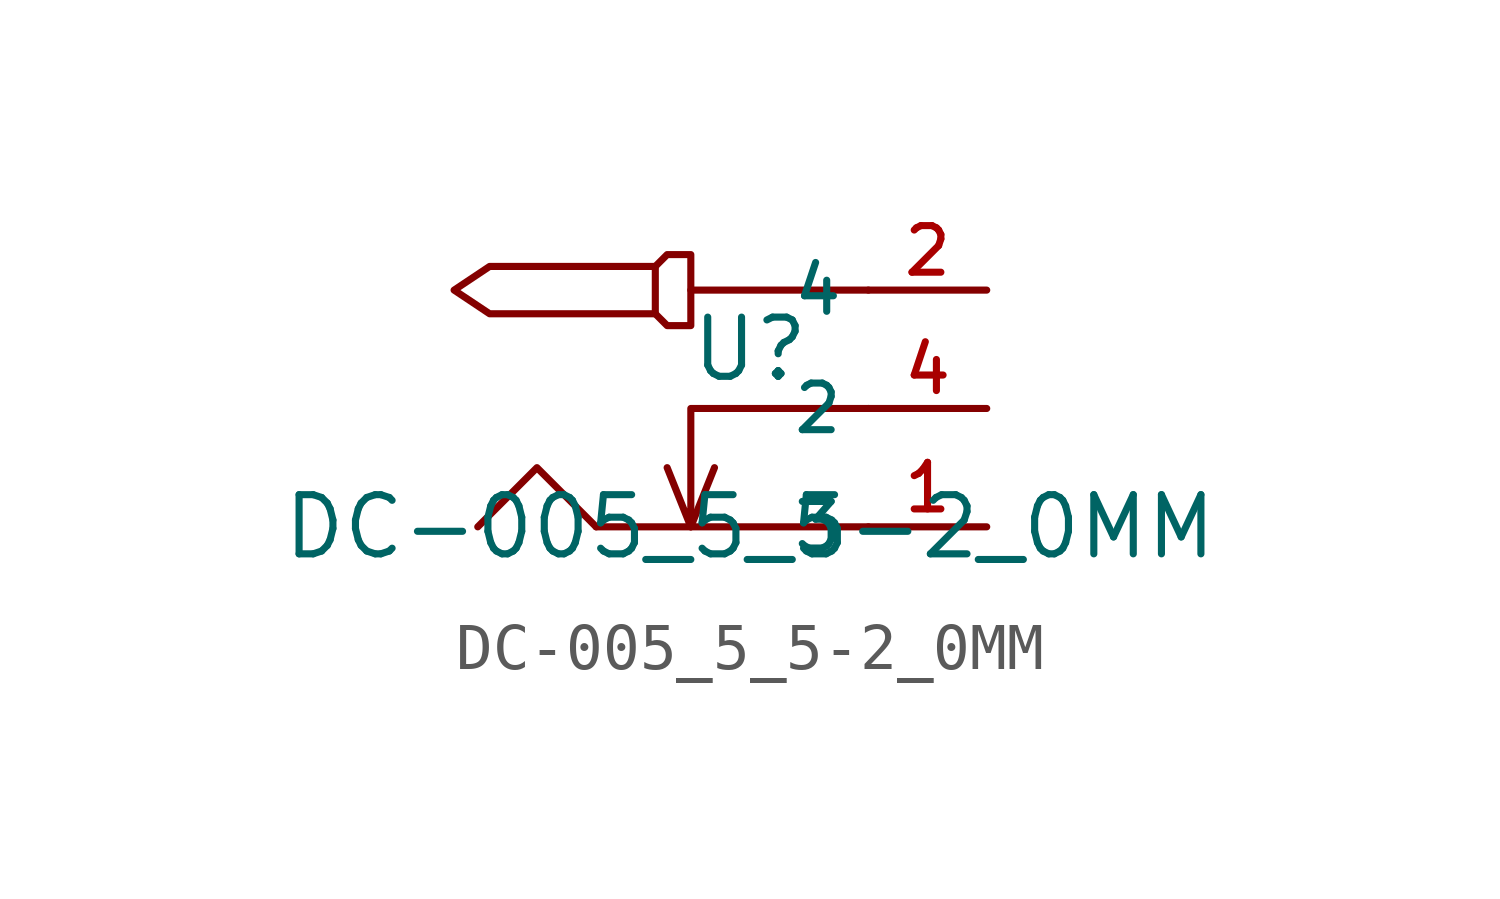
<source format=kicad_sym>
(kicad_symbol_lib
  (version 20210201)
  (generator TousstNicolas/JLC2KiCad_lib)
  (symbol "DC-005_5_5-2_0MM"
    (property "Reference" "U"
      (at 0 1.27 0)
      (effects (font (size 1.27 1.27))))
    (property "Value" "DC-005_5_5-2_0MM"
      (at 0 -2.54 0)
      (effects (font (size 1.27 1.27))))
    (symbol "DC-005_5_5-2_0MM_0_1"
      (polyline (pts (xy -1.27 2.54) (xy 2.54 2.54)) (stroke (width 0) (type default) (color 0 0 0 0)) (fill (type none)))
      (polyline (pts (xy -3.302 -2.54) (xy 2.54 -2.54)) (stroke (width 0) (type default) (color 0 0 0 0)) (fill (type none)))
      (polyline (pts (xy -3.302 -2.54) (xy -4.572 -1.27) (xy -5.842 -2.54) (xy -5.842 -2.54)) (stroke (width 0) (type default) (color 0 0 0 0)) (fill (type none)))
      (polyline (pts (xy -2.032 3.048) (xy -2.032 2.032) (xy -5.588 2.032) (xy -6.35 2.54) (xy -5.588 3.048) (xy -2.032 3.048)) (stroke (width 0) (type default) (color 0 0 0 0)) (fill (type none)))
      (polyline (pts (xy -2.032 3.048) (xy -1.778 3.302) (xy -1.27 3.302) (xy -1.27 1.778) (xy -1.778 1.778) (xy -2.032 2.032)) (stroke (width 0) (type default) (color 0 0 0 0)) (fill (type none)))
      (pin unspecified line (at 5.08 -2.54 180) (length 2.54) (name "3" (effects (font (size 1 1)))) (number "1" (effects (font (size 1 1)))))
      (pin unspecified line (at 5.08 2.54 180) (length 2.54) (name "4" (effects (font (size 1 1)))) (number "2" (effects (font (size 1 1)))))
      (polyline (pts (xy 2.54 -0.0) (xy -1.27 -0.0) (xy -1.27 -2.54) (xy -1.778 -1.27)) (stroke (width 0) (type default) (color 0 0 0 0)) (fill (type none)))
      (polyline (pts (xy -1.27 -2.54) (xy -0.762 -1.27)) (stroke (width 0) (type default) (color 0 0 0 0)) (fill (type none)))
      (pin unspecified line (at 5.08 -0.0 180) (length 2.54) (name "2" (effects (font (size 1 1)))) (number "4" (effects (font (size 1 1))))))))
</source>
